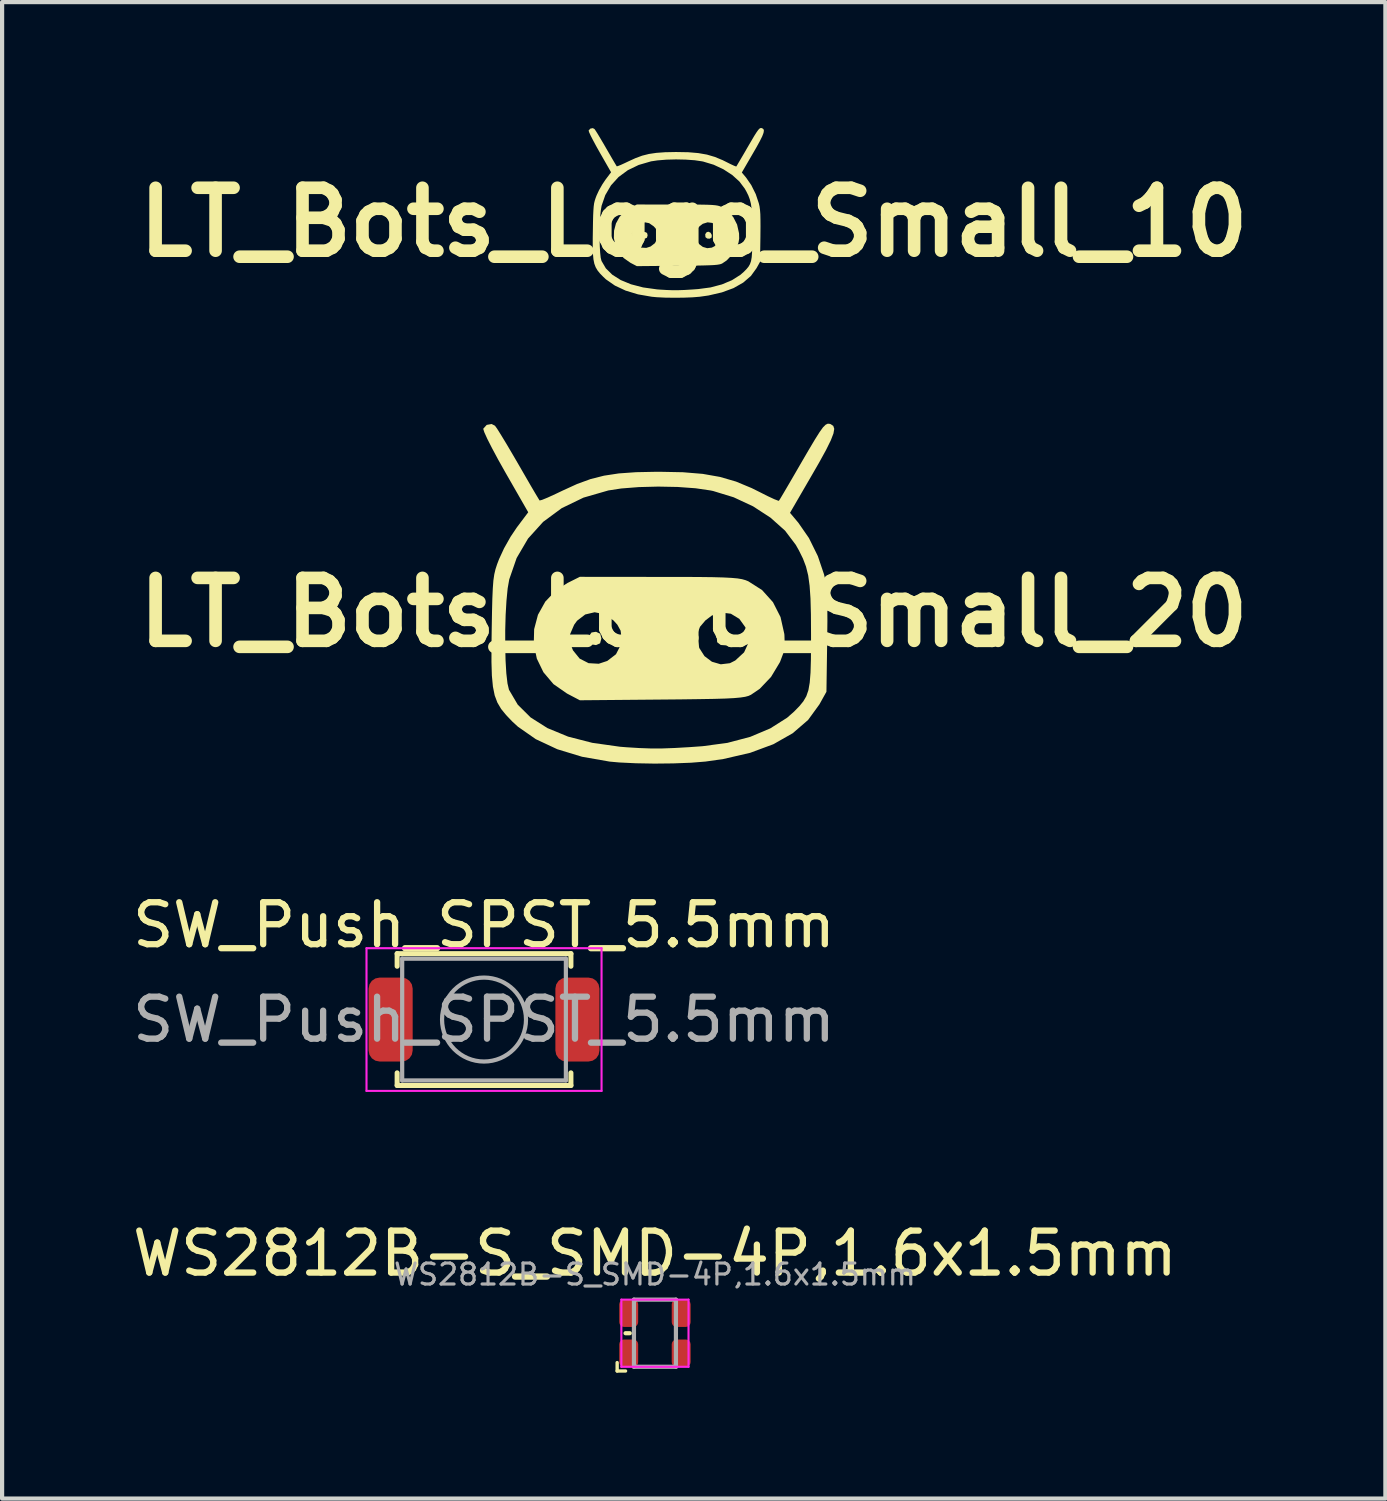
<source format=kicad_pcb>
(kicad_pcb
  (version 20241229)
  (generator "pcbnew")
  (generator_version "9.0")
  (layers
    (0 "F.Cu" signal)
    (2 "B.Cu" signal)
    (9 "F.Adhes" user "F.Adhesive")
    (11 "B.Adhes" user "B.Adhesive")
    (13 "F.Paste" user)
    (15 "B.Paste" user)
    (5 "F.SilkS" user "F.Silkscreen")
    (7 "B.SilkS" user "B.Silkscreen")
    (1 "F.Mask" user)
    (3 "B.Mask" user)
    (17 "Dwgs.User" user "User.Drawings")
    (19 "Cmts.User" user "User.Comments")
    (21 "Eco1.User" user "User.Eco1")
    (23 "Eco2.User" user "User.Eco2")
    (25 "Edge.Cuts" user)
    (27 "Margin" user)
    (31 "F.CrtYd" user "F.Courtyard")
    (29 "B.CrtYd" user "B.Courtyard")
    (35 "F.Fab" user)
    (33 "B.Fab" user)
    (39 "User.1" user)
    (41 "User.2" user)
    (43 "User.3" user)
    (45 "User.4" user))
  (footprint "WS2812B-S_SMD-4P,1.6x1.5mm"
    (layer "F.Cu")
    (at 12.554 28.714)
    (property "Reference" "WS2812B-S_SMD-4P,1.6x1.5mm" (at 0 -1.9 0) (layer "F.SilkS") (effects (font (size 1 1) (thickness 0.15))))
    (attr smd)
    (fp_line (start -0.9 0.7) (end -0.9 0.9) (stroke (width 0.08) (type solid)) (layer "F.SilkS"))
    (fp_line (start -0.9 0.9) (end -0.7 0.9) (stroke (width 0.08) (type solid)) (layer "F.SilkS"))
    (fp_line (start -0.7 0) (end -0.6 0) (stroke (width 0.1) (type default)) (layer "F.SilkS"))
    (fp_line (start -0.8 -0.8) (end 0.8 -0.8) (stroke (width 0.05) (type solid)) (layer "F.CrtYd"))
    (fp_line (start -0.8 0.8) (end -0.8 -0.8) (stroke (width 0.05) (type solid)) (layer "F.CrtYd"))
    (fp_line (start 0.8 -0.8) (end 0.8 0.8) (stroke (width 0.05) (type solid)) (layer "F.CrtYd"))
    (fp_line (start 0.8 0.8) (end -0.8 0.8) (stroke (width 0.05) (type solid)) (layer "F.CrtYd"))
    (fp_line (start -0.5 -0.8) (end 0.5 -0.8) (stroke (width 0.1) (type solid)) (layer "F.Fab"))
    (fp_line (start -0.5 0.8) (end -0.5 -0.8) (stroke (width 0.1) (type solid)) (layer "F.Fab"))
    (fp_line (start 0.5 -0.8) (end 0.5 0.8) (stroke (width 0.1) (type solid)) (layer "F.Fab"))
    (fp_line (start 0.5 0.8) (end -0.5 0.8) (stroke (width 0.1) (type solid)) (layer "F.Fab"))
    (fp_text user "${REFERENCE}" (at 0 -1.4 180) (layer "F.Fab") (effects (font (size 0.5 0.5) (thickness 0.075))))
    (pad "1" smd roundrect (at -0.625 0.475 90) (size 0.65 0.45) (layers "F.Cu" "F.Mask" "F.Paste") (roundrect_rratio 0.25))
    (pad "2" smd roundrect (at 0.625 0.475 90) (size 0.65 0.45) (layers "F.Cu" "F.Mask" "F.Paste") (roundrect_rratio 0.25))
    (pad "3" smd roundrect (at 0.625 -0.475 90) (size 0.65 0.45) (layers "F.Cu" "F.Mask" "F.Paste") (roundrect_rratio 0.25))
    (pad "4" smd roundrect (at -0.625 -0.475 90) (size 0.65 0.45) (layers "F.Cu" "F.Mask" "F.Paste") (roundrect_rratio 0.25)))
  (footprint "LT_Bots_Logo_Small_10"
    (layer "F.Cu")
    (at 13.479 2.245)
    (property "Reference" "LT_Bots_Logo_Small_10" (at 0 0 0) (layer "F.SilkS") (effects (font (size 1.5 1.5) (thickness 0.3))))
    (attr board_only exclude_from_pos_files exclude_from_bom)
    (fp_poly (pts (xy -1.113 0.255) (xy -1.099 0.31) (xy -1.115 0.368) (xy -1.163 0.39) (xy -1.222 0.379) (xy -1.244 0.354) (xy -1.25 0.285) (xy -1.216 0.239) (xy -1.163 0.231)) (stroke (width 0) (type solid)) (fill yes) (layer "F.SilkS"))
    (fp_poly (pts (xy 0.399 0.249) (xy 0.429 0.303) (xy 0.426 0.361) (xy 0.423 0.366) (xy 0.379 0.392) (xy 0.321 0.388) (xy 0.28 0.357) (xy 0.278 0.352) (xy 0.273 0.284) (xy 0.308 0.236) (xy 0.35 0.226)) (stroke (width 0) (type solid)) (fill yes) (layer "F.SilkS"))
    (fp_poly (pts (xy -0.41 -0.422) (xy -0.151 -0.422) (xy 0.058 -0.421) (xy 0.224 -0.419) (xy 0.352 -0.416) (xy 0.449 -0.411) (xy 0.521 -0.404) (xy 0.574 -0.395) (xy 0.615 -0.384) (xy 0.649 -0.37) (xy 0.813 -0.266) (xy 0.942 -0.121) (xy 1.032 0.055) (xy 1.077 0.256) (xy 1.079 0.271) (xy 1.082 0.388) (xy 1.067 0.481) (xy 1.029 0.584) (xy 1.023 0.596) (xy 0.92 0.768) (xy 0.785 0.909) (xy 0.681 0.98) (xy 0.651 0.994) (xy 0.612 1.004) (xy 0.557 1.013) (xy 0.481 1.02) (xy 0.377 1.025) (xy 0.239 1.029) (xy 0.062 1.033) (xy -0.161 1.035) (xy -0.382 1.037) (xy -1.356 1.046) (xy -1.509 0.966) (xy -1.67 0.853) (xy -1.789 0.712) (xy -1.867 0.55) (xy -1.904 0.377) (xy -1.901 0.261) (xy -1.472 0.261) (xy -1.47 0.369) (xy -1.437 0.452) (xy -1.358 0.55) (xy -1.252 0.604) (xy -1.131 0.611) (xy -1.029 0.578) (xy -0.925 0.498) (xy -0.87 0.39) (xy -0.86 0.303) (xy 0.042 0.303) (xy 0.065 0.423) (xy 0.127 0.52) (xy 0.216 0.588) (xy 0.321 0.618) (xy 0.43 0.605) (xy 0.494 0.572) (xy 0.599 0.475) (xy 0.648 0.367) (xy 0.642 0.248) (xy 0.618 0.183) (xy 0.542 0.077) (xy 0.441 0.016) (xy 0.329 0.002) (xy 0.215 0.037) (xy 0.138 0.096) (xy 0.074 0.171) (xy 0.047 0.243) (xy 0.042 0.303) (xy -0.86 0.303) (xy -0.86 0.301) (xy -0.87 0.217) (xy -0.91 0.146) (xy -0.956 0.096) (xy -1.063 0.022) (xy -1.179 -0.001) (xy -1.292 0.025) (xy -1.388 0.099) (xy -1.424 0.147) (xy -1.472 0.261) (xy -1.901 0.261) (xy -1.899 0.2) (xy -1.854 0.029) (xy -1.767 -0.129) (xy -1.639 -0.263) (xy -1.502 -0.35) (xy -1.356 -0.423)) (stroke (width 0) (type solid)) (fill yes) (layer "F.SilkS"))
    (fp_poly (pts (xy 1.62 -2.243) (xy 1.63 -2.239) (xy 1.66 -2.219) (xy 1.671 -2.184) (xy 1.662 -2.129) (xy 1.631 -2.047) (xy 1.575 -1.934) (xy 1.492 -1.783) (xy 1.411 -1.643) (xy 1.145 -1.185) (xy 1.245 -1.066) (xy 1.37 -0.885) (xy 1.477 -0.67) (xy 1.55 -0.451) (xy 1.567 -0.378) (xy 1.578 -0.295) (xy 1.586 -0.193) (xy 1.589 -0.064) (xy 1.59 0.103) (xy 1.588 0.317) (xy 1.588 0.336) (xy 1.579 0.944) (xy 1.495 1.095) (xy 1.361 1.28) (xy 1.178 1.438) (xy 0.948 1.569) (xy 0.671 1.671) (xy 0.351 1.745) (xy 0.141 1.775) (xy -0.033 1.789) (xy -0.243 1.797) (xy -0.467 1.799) (xy -0.688 1.796) (xy -0.886 1.786) (xy -1.001 1.775) (xy -1.329 1.718) (xy -1.623 1.629) (xy -1.879 1.509) (xy -2.092 1.361) (xy -2.158 1.299) (xy -2.234 1.221) (xy -2.292 1.149) (xy -2.337 1.073) (xy -2.369 0.988) (xy -2.39 0.884) (xy -2.402 0.753) (xy -2.407 0.588) (xy -2.407 0.396) (xy -2.244 0.396) (xy -2.239 0.571) (xy -2.23 0.725) (xy -2.217 0.846) (xy -2.198 0.922) (xy -2.198 0.922) (xy -2.095 1.098) (xy -1.941 1.25) (xy -1.741 1.377) (xy -1.496 1.478) (xy -1.207 1.553) (xy -0.878 1.599) (xy -0.803 1.605) (xy -0.65 1.614) (xy -0.513 1.619) (xy -0.377 1.619) (xy -0.227 1.614) (xy -0.046 1.603) (xy 0.106 1.592) (xy 0.4 1.553) (xy 0.671 1.481) (xy 0.911 1.38) (xy 1.111 1.253) (xy 1.195 1.179) (xy 1.256 1.117) (xy 1.304 1.059) (xy 1.339 0.998) (xy 1.364 0.927) (xy 1.38 0.835) (xy 1.389 0.716) (xy 1.394 0.56) (xy 1.395 0.36) (xy 1.395 0.259) (xy 1.394 0.023) (xy 1.389 -0.165) (xy 1.379 -0.317) (xy 1.361 -0.44) (xy 1.335 -0.545) (xy 1.299 -0.641) (xy 1.251 -0.737) (xy 1.213 -0.804) (xy 1.086 -0.972) (xy 0.914 -1.127) (xy 0.706 -1.262) (xy 0.475 -1.37) (xy 0.23 -1.444) (xy 0.199 -1.451) (xy 0.022 -1.477) (xy -0.192 -1.492) (xy -0.423 -1.497) (xy -0.653 -1.491) (xy -0.863 -1.474) (xy -1.017 -1.451) (xy -1.312 -1.365) (xy -1.571 -1.24) (xy -1.792 -1.077) (xy -1.972 -0.879) (xy -2.108 -0.647) (xy -2.196 -0.393) (xy -2.214 -0.285) (xy -2.229 -0.141) (xy -2.238 0.029) (xy -2.243 0.212) (xy -2.244 0.396) (xy -2.407 0.396) (xy -2.407 0.38) (xy -2.404 0.204) (xy -2.401 -0.003) (xy -2.397 -0.164) (xy -2.391 -0.286) (xy -2.384 -0.379) (xy -2.374 -0.452) (xy -2.359 -0.514) (xy -2.34 -0.573) (xy -2.317 -0.635) (xy -2.258 -0.762) (xy -2.179 -0.901) (xy -2.105 -1.012) (xy -1.97 -1.191) (xy -2.244 -1.67) (xy -2.328 -1.82) (xy -2.4 -1.954) (xy -2.457 -2.065) (xy -2.493 -2.144) (xy -2.505 -2.184) (xy -2.505 -2.186) (xy -2.464 -2.231) (xy -2.405 -2.242) (xy -2.365 -2.221) (xy -2.34 -2.185) (xy -2.292 -2.11) (xy -2.228 -2.003) (xy -2.151 -1.873) (xy -2.088 -1.764) (xy -2.008 -1.626) (xy -1.938 -1.505) (xy -1.882 -1.41) (xy -1.846 -1.35) (xy -1.834 -1.332) (xy -1.806 -1.339) (xy -1.738 -1.366) (xy -1.642 -1.41) (xy -1.56 -1.449) (xy -1.389 -1.527) (xy -1.23 -1.586) (xy -1.068 -1.627) (xy -0.891 -1.653) (xy -0.686 -1.668) (xy -0.44 -1.673) (xy -0.409 -1.673) (xy -0.13 -1.668) (xy 0.106 -1.648) (xy 0.313 -1.612) (xy 0.503 -1.556) (xy 0.689 -1.479) (xy 0.779 -1.434) (xy 0.879 -1.384) (xy 0.959 -1.347) (xy 1.006 -1.329) (xy 1.013 -1.328) (xy 1.03 -1.355) (xy 1.07 -1.423) (xy 1.129 -1.523) (xy 1.202 -1.647) (xy 1.268 -1.762) (xy 1.367 -1.931) (xy 1.441 -2.057) (xy 1.497 -2.145) (xy 1.538 -2.202) (xy 1.57 -2.234) (xy 1.595 -2.245)) (stroke (width 0) (type solid)) (fill yes) (layer "F.SilkS")))
  (footprint "SW_Push_SPST_5.5mm"
    (layer "F.Cu")
    (at 8.482 21.241)
    (property "Reference" "SW_Push_SPST_5.5mm" (at 0 -2.25 0) (layer "F.SilkS") (effects (font (size 1 1) (thickness 0.15))))
    (attr smd)
    (fp_line (start -2.07 -1.57) (end 2.07 -1.57) (stroke (width 0.12) (type solid)) (layer "F.SilkS"))
    (fp_line (start -2.07 -1.27) (end -2.07 -1.57) (stroke (width 0.12) (type solid)) (layer "F.SilkS"))
    (fp_line (start -2.07 1.57) (end -2.07 1.27) (stroke (width 0.12) (type solid)) (layer "F.SilkS"))
    (fp_line (start 2.07 -1.57) (end 2.07 -1.27) (stroke (width 0.12) (type solid)) (layer "F.SilkS"))
    (fp_line (start 2.07 1.27) (end 2.07 1.57) (stroke (width 0.12) (type solid)) (layer "F.SilkS"))
    (fp_line (start 2.07 1.57) (end -2.07 1.57) (stroke (width 0.12) (type solid)) (layer "F.SilkS"))
    (fp_line (start -2.8 -1.7) (end 2.8 -1.7) (stroke (width 0.05) (type solid)) (layer "F.CrtYd"))
    (fp_line (start -2.8 1.7) (end -2.8 -1.7) (stroke (width 0.05) (type solid)) (layer "F.CrtYd"))
    (fp_line (start 2.8 -1.7) (end 2.8 1.7) (stroke (width 0.05) (type solid)) (layer "F.CrtYd"))
    (fp_line (start 2.8 1.7) (end -2.8 1.7) (stroke (width 0.05) (type solid)) (layer "F.CrtYd"))
    (fp_line (start -1.95 -1.45) (end 1.95 -1.45) (stroke (width 0.1) (type solid)) (layer "F.Fab"))
    (fp_line (start -1.95 1.45) (end -1.95 -1.45) (stroke (width 0.1) (type solid)) (layer "F.Fab"))
    (fp_line (start 1.95 -1.45) (end 1.95 1.45) (stroke (width 0.1) (type solid)) (layer "F.Fab"))
    (fp_line (start 1.95 1.45) (end -1.95 1.45) (stroke (width 0.1) (type solid)) (layer "F.Fab"))
    (fp_circle (center 0 0) (end 1 0) (stroke (width 0.1) (type solid)) (fill no) (layer "F.Fab"))
    (fp_text user "${REFERENCE}" (at 0 0 0) (layer "F.Fab") (effects (font (size 1 1) (thickness 0.15))))
    (pad "1" smd roundrect (at -2.225 0) (size 1.05 2) (layers "F.Cu" "F.Mask" "F.Paste") (roundrect_rratio 0.25))
    (pad "2" smd roundrect (at 2.225 0) (size 1.05 2) (layers "F.Cu" "F.Mask" "F.Paste") (roundrect_rratio 0.25)))
  (footprint "LT_Bots_Logo_Small_20"
    (layer "F.Cu")
    (at 13.479 11.54)
    (property "Reference" "LT_Bots_Logo_Small_20" (at 0 0 0) (layer "F.SilkS") (effects (font (size 1.5 1.5) (thickness 0.3))))
    (attr board_only exclude_from_pos_files exclude_from_bom)
    (fp_poly (pts (xy -2.228 0.51) (xy -2.201 0.621) (xy -2.232 0.737) (xy -2.329 0.78) (xy -2.448 0.76) (xy -2.49 0.71) (xy -2.502 0.57) (xy -2.435 0.479) (xy -2.329 0.462)) (stroke (width 0) (type solid)) (fill yes) (layer "F.SilkS"))
    (fp_poly (pts (xy 0.8 0.499) (xy 0.86 0.607) (xy 0.853 0.722) (xy 0.847 0.733) (xy 0.76 0.785) (xy 0.643 0.777) (xy 0.561 0.714) (xy 0.557 0.706) (xy 0.547 0.569) (xy 0.618 0.474) (xy 0.7 0.452)) (stroke (width 0) (type solid)) (fill yes) (layer "F.SilkS"))
    (fp_poly (pts (xy -0.821 -0.845) (xy -0.302 -0.845) (xy 0.117 -0.843) (xy 0.448 -0.839) (xy 0.705 -0.832) (xy 0.898 -0.822) (xy 1.043 -0.809) (xy 1.15 -0.791) (xy 1.232 -0.768) (xy 1.299 -0.741) (xy 1.627 -0.532) (xy 1.887 -0.243) (xy 2.067 0.111) (xy 2.157 0.512) (xy 2.16 0.542) (xy 2.167 0.776) (xy 2.137 0.964) (xy 2.06 1.169) (xy 2.049 1.193) (xy 1.841 1.538) (xy 1.573 1.82) (xy 1.363 1.963) (xy 1.304 1.99) (xy 1.226 2.011) (xy 1.116 2.028) (xy 0.963 2.042) (xy 0.755 2.053) (xy 0.479 2.061) (xy 0.124 2.067) (xy -0.321 2.073) (xy -0.765 2.077) (xy -2.714 2.094) (xy -3.021 1.933) (xy -3.343 1.709) (xy -3.582 1.426) (xy -3.739 1.102) (xy -3.812 0.754) (xy -3.806 0.523) (xy -2.948 0.523) (xy -2.943 0.739) (xy -2.878 0.904) (xy -2.719 1.101) (xy -2.506 1.21) (xy -2.264 1.224) (xy -2.061 1.157) (xy -1.853 0.997) (xy -1.742 0.78) (xy -1.722 0.608) (xy 0.085 0.608) (xy 0.131 0.848) (xy 0.255 1.042) (xy 0.433 1.176) (xy 0.643 1.237) (xy 0.861 1.211) (xy 0.989 1.146) (xy 1.199 0.952) (xy 1.298 0.735) (xy 1.286 0.497) (xy 1.238 0.367) (xy 1.085 0.154) (xy 0.884 0.032) (xy 0.658 0.004) (xy 0.431 0.075) (xy 0.277 0.192) (xy 0.149 0.343) (xy 0.093 0.487) (xy 0.085 0.608) (xy -1.722 0.608) (xy -1.722 0.603) (xy -1.743 0.435) (xy -1.821 0.293) (xy -1.913 0.192) (xy -2.129 0.044) (xy -2.361 -0.003) (xy -2.586 0.05) (xy -2.78 0.199) (xy -2.85 0.295) (xy -2.948 0.523) (xy -3.806 0.523) (xy -3.803 0.4) (xy -3.712 0.057) (xy -3.537 -0.257) (xy -3.281 -0.526) (xy -3.007 -0.701) (xy -2.715 -0.847)) (stroke (width 0) (type solid)) (fill yes) (layer "F.SilkS"))
    (fp_poly (pts (xy 3.243 -4.491) (xy 3.264 -4.483) (xy 3.324 -4.443) (xy 3.347 -4.373) (xy 3.328 -4.262) (xy 3.265 -4.099) (xy 3.153 -3.872) (xy 2.987 -3.57) (xy 2.825 -3.289) (xy 2.293 -2.372) (xy 2.492 -2.135) (xy 2.744 -1.771) (xy 2.956 -1.341) (xy 3.104 -0.904) (xy 3.137 -0.757) (xy 3.16 -0.591) (xy 3.175 -0.387) (xy 3.182 -0.127) (xy 3.184 0.207) (xy 3.179 0.635) (xy 3.179 0.672) (xy 3.161 1.891) (xy 2.993 2.193) (xy 2.724 2.563) (xy 2.358 2.879) (xy 1.897 3.141) (xy 1.344 3.346) (xy 0.703 3.494) (xy 0.282 3.554) (xy -0.067 3.582) (xy -0.486 3.598) (xy -0.936 3.603) (xy -1.378 3.595) (xy -1.774 3.576) (xy -2.005 3.555) (xy -2.661 3.44) (xy -3.25 3.261) (xy -3.763 3.021) (xy -4.188 2.725) (xy -4.322 2.602) (xy -4.472 2.445) (xy -4.59 2.3) (xy -4.679 2.149) (xy -4.743 1.978) (xy -4.785 1.77) (xy -4.81 1.508) (xy -4.82 1.177) (xy -4.819 0.794) (xy -4.492 0.794) (xy -4.484 1.144) (xy -4.466 1.452) (xy -4.438 1.693) (xy -4.402 1.846) (xy -4.401 1.846) (xy -4.194 2.198) (xy -3.887 2.503) (xy -3.486 2.757) (xy -2.994 2.96) (xy -2.417 3.108) (xy -1.758 3.201) (xy -1.609 3.213) (xy -1.302 3.232) (xy -1.028 3.242) (xy -0.755 3.242) (xy -0.454 3.231) (xy -0.092 3.21) (xy 0.212 3.188) (xy 0.801 3.109) (xy 1.344 2.966) (xy 1.823 2.764) (xy 2.224 2.51) (xy 2.392 2.362) (xy 2.515 2.236) (xy 2.61 2.12) (xy 2.681 1.999) (xy 2.731 1.855) (xy 2.763 1.672) (xy 2.782 1.433) (xy 2.791 1.122) (xy 2.794 0.722) (xy 2.794 0.519) (xy 2.791 0.047) (xy 2.781 -0.331) (xy 2.76 -0.634) (xy 2.726 -0.881) (xy 2.674 -1.091) (xy 2.601 -1.283) (xy 2.505 -1.477) (xy 2.429 -1.611) (xy 2.175 -1.947) (xy 1.829 -2.256) (xy 1.414 -2.526) (xy 0.951 -2.742) (xy 0.461 -2.892) (xy 0.398 -2.905) (xy 0.043 -2.957) (xy -0.385 -2.988) (xy -0.848 -2.997) (xy -1.308 -2.985) (xy -1.728 -2.952) (xy -2.035 -2.905) (xy -2.627 -2.734) (xy -3.146 -2.483) (xy -3.588 -2.157) (xy -3.948 -1.759) (xy -4.22 -1.295) (xy -4.396 -0.787) (xy -4.434 -0.571) (xy -4.462 -0.282) (xy -4.482 0.058) (xy -4.492 0.424) (xy -4.492 0.794) (xy -4.819 0.794) (xy -4.819 0.761) (xy -4.814 0.409) (xy -4.807 -0.007) (xy -4.799 -0.328) (xy -4.788 -0.573) (xy -4.774 -0.759) (xy -4.753 -0.905) (xy -4.724 -1.028) (xy -4.685 -1.148) (xy -4.638 -1.271) (xy -4.52 -1.526) (xy -4.364 -1.803) (xy -4.214 -2.026) (xy -3.944 -2.385) (xy -4.494 -3.344) (xy -4.662 -3.643) (xy -4.806 -3.912) (xy -4.919 -4.134) (xy -4.991 -4.293) (xy -5.016 -4.373) (xy -5.015 -4.376) (xy -4.933 -4.467) (xy -4.816 -4.488) (xy -4.736 -4.447) (xy -4.685 -4.376) (xy -4.59 -4.224) (xy -4.46 -4.01) (xy -4.307 -3.75) (xy -4.18 -3.532) (xy -4.02 -3.255) (xy -3.88 -3.013) (xy -3.769 -2.824) (xy -3.696 -2.703) (xy -3.673 -2.666) (xy -3.616 -2.68) (xy -3.481 -2.735) (xy -3.289 -2.823) (xy -3.123 -2.902) (xy -2.782 -3.058) (xy -2.462 -3.175) (xy -2.139 -3.257) (xy -1.785 -3.311) (xy -1.374 -3.34) (xy -0.88 -3.35) (xy -0.818 -3.35) (xy -0.26 -3.339) (xy 0.213 -3.3) (xy 0.627 -3.227) (xy 1.008 -3.116) (xy 1.38 -2.961) (xy 1.561 -2.871) (xy 1.761 -2.77) (xy 1.92 -2.696) (xy 2.014 -2.66) (xy 2.029 -2.66) (xy 2.063 -2.713) (xy 2.143 -2.848) (xy 2.261 -3.049) (xy 2.406 -3.298) (xy 2.539 -3.528) (xy 2.736 -3.866) (xy 2.886 -4.118) (xy 2.998 -4.296) (xy 3.08 -4.41) (xy 3.143 -4.472) (xy 3.194 -4.496)) (stroke (width 0) (type solid)) (fill yes) (layer "F.SilkS")))
  (gr_rect
    (start -3 -3)
    (end 29.957 32.654)
    (stroke (width 0.1) (type default))
    (fill no)
    (layer "Edge.Cuts")))
</source>
